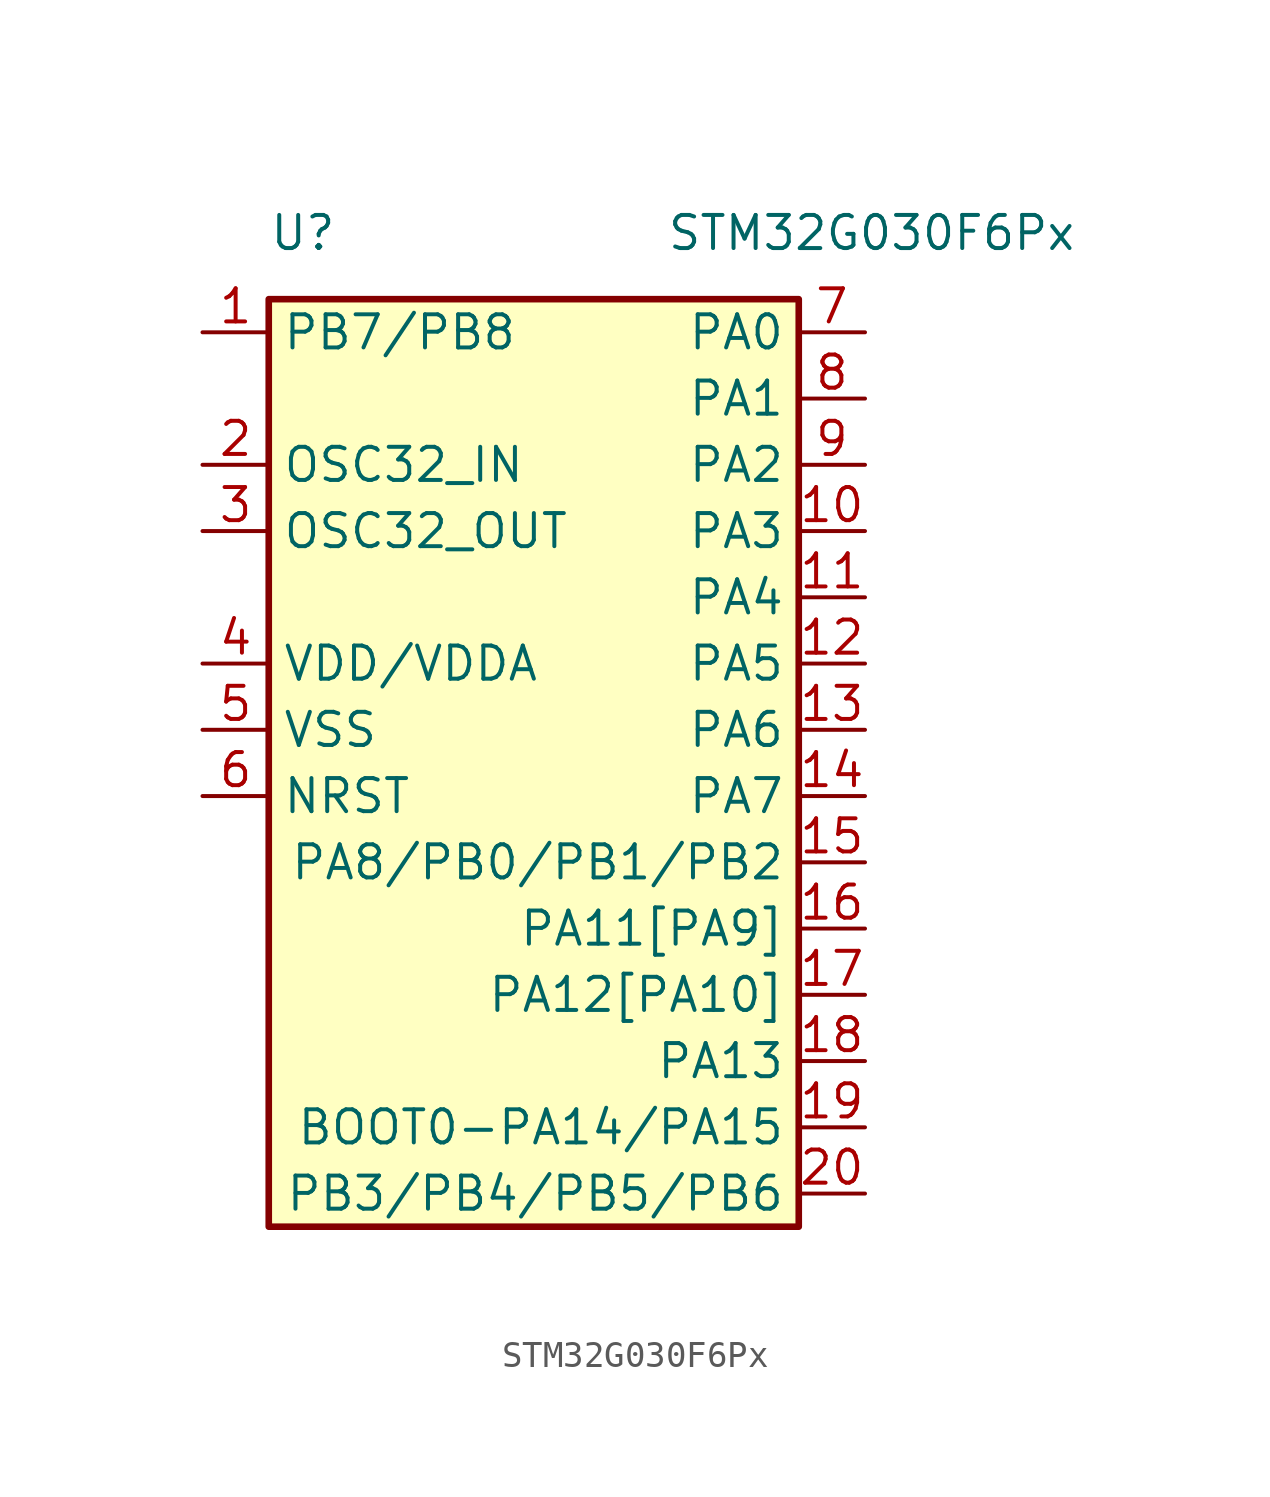
<source format=kicad_sym>
(kicad_symbol_lib
  (version 20211014)
  (generator kicad_symbol_editor)
  (symbol "STM32G030F6Px"
    (property "Reference" "U"
      (at -10.16 16.51 0)
      (effects (font (size 1.27 1.27)) (justify left)))
    (property "Value" "STM32G030F6Px"
      (at 5.08 16.51 0)
      (effects (font (size 1.27 1.27)) (justify left)))
    (symbol "STM32G030F6Px_0_1"
      (rectangle (start -10.16 -21.59) (end 10.16 13.97) (stroke (width 0.254) (type default) (color 0 0 0 0)) (fill (type background))))
    (symbol "STM32G030F6Px_1_1"
      (pin bidirectional line (at -12.7 12.7 0) (length 2.54) (name "PB7/PB8" (effects (font (size 1.27 1.27)))) (number "1" (effects (font (size 1.27 1.27)))))
      (pin bidirectional line (at 12.7 5.08 180) (length 2.54) (name "PA3" (effects (font (size 1.27 1.27)))) (number "10" (effects (font (size 1.27 1.27)))))
      (pin bidirectional line (at 12.7 2.54 180) (length 2.54) (name "PA4" (effects (font (size 1.27 1.27)))) (number "11" (effects (font (size 1.27 1.27)))))
      (pin bidirectional line (at 12.7 0 180) (length 2.54) (name "PA5" (effects (font (size 1.27 1.27)))) (number "12" (effects (font (size 1.27 1.27)))))
      (pin bidirectional line (at 12.7 -2.54 180) (length 2.54) (name "PA6" (effects (font (size 1.27 1.27)))) (number "13" (effects (font (size 1.27 1.27)))))
      (pin bidirectional line (at 12.7 -5.08 180) (length 2.54) (name "PA7" (effects (font (size 1.27 1.27)))) (number "14" (effects (font (size 1.27 1.27)))))
      (pin bidirectional line (at 12.7 -7.62 180) (length 2.54) (name "PA8/PB0/PB1/PB2" (effects (font (size 1.27 1.27)))) (number "15" (effects (font (size 1.27 1.27)))))
      (pin bidirectional line (at 12.7 -10.16 180) (length 2.54) (name "PA11[PA9]" (effects (font (size 1.27 1.27)))) (number "16" (effects (font (size 1.27 1.27)))))
      (pin bidirectional line (at 12.7 -12.7 180) (length 2.54) (name "PA12[PA10]" (effects (font (size 1.27 1.27)))) (number "17" (effects (font (size 1.27 1.27)))))
      (pin bidirectional line (at 12.7 -15.24 180) (length 2.54) (name "PA13" (effects (font (size 1.27 1.27)))) (number "18" (effects (font (size 1.27 1.27)))))
      (pin input line (at 12.7 -17.78 180) (length 2.54) (name "BOOT0-PA14/PA15" (effects (font (size 1.27 1.27)))) (number "19" (effects (font (size 1.27 1.27)))))
      (pin input line (at -12.7 7.62 0) (length 2.54) (name "OSC32_IN" (effects (font (size 1.27 1.27)))) (number "2" (effects (font (size 1.27 1.27)))))
      (pin bidirectional line (at 12.7 -20.32 180) (length 2.54) (name "PB3/PB4/PB5/PB6" (effects (font (size 1.27 1.27)))) (number "20" (effects (font (size 1.27 1.27)))))
      (pin input line (at -12.7 5.08 0) (length 2.54) (name "OSC32_OUT" (effects (font (size 1.27 1.27)))) (number "3" (effects (font (size 1.27 1.27)))))
      (pin power_in line (at -12.7 0 0) (length 2.54) (name "VDD/VDDA" (effects (font (size 1.27 1.27)))) (number "4" (effects (font (size 1.27 1.27)))))
      (pin power_in line (at -12.7 -2.54 0) (length 2.54) (name "VSS" (effects (font (size 1.27 1.27)))) (number "5" (effects (font (size 1.27 1.27)))))
      (pin input line (at -12.7 -5.08 0) (length 2.54) (name "NRST" (effects (font (size 1.27 1.27)))) (number "6" (effects (font (size 1.27 1.27)))))
      (pin bidirectional line (at 12.7 12.7 180) (length 2.54) (name "PA0" (effects (font (size 1.27 1.27)))) (number "7" (effects (font (size 1.27 1.27)))))
      (pin bidirectional line (at 12.7 10.16 180) (length 2.54) (name "PA1" (effects (font (size 1.27 1.27)))) (number "8" (effects (font (size 1.27 1.27)))))
      (pin bidirectional line (at 12.7 7.62 180) (length 2.54) (name "PA2" (effects (font (size 1.27 1.27)))) (number "9" (effects (font (size 1.27 1.27))))))))
</source>
